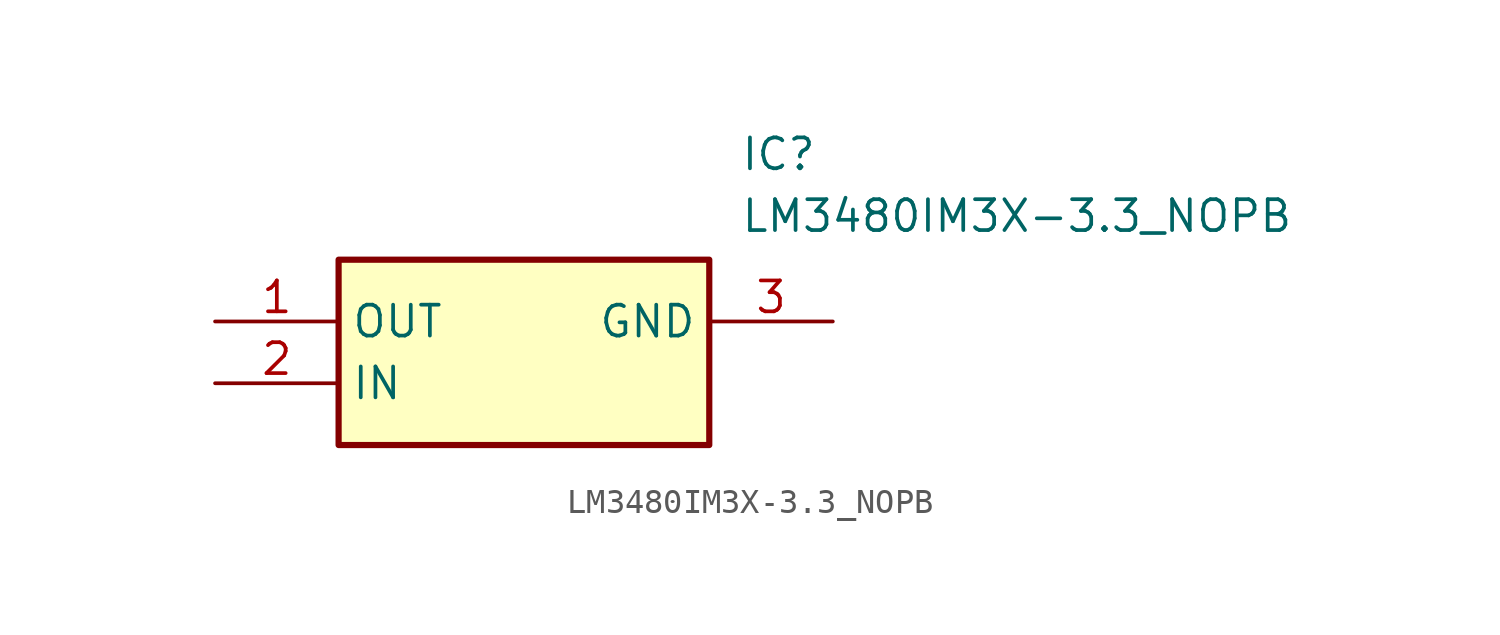
<source format=kicad_sym>
(kicad_symbol_lib
  (version 20211014)
  (generator SamacSys_ECAD_Model)
  (symbol "LM3480IM3X-3.3_NOPB"
    (property "Reference" "IC"
      (at 21.59 7.62 0)
      (effects (font (size 1.27 1.27)) (justify left top)))
    (property "Value" "LM3480IM3X-3.3_NOPB"
      (at 21.59 5.08 0)
      (effects (font (size 1.27 1.27)) (justify left top)))
    (rectangle
      (start 5.08 2.54)
      (end 20.32 -5.08)
      (stroke (width 0.254) (type default))
      (fill (type background)))
    (pin passive line
      (at 0 0 0)
      (length 5.08)
      (name "OUT" (effects (font (size 1.27 1.27))))
      (number "1" (effects (font (size 1.27 1.27)))))
    (pin passive line
      (at 0 -2.54 0)
      (length 5.08)
      (name "IN" (effects (font (size 1.27 1.27))))
      (number "2" (effects (font (size 1.27 1.27)))))
    (pin passive line
      (at 25.4 0 180)
      (length 5.08)
      (name "GND" (effects (font (size 1.27 1.27))))
      (number "3" (effects (font (size 1.27 1.27)))))))
</source>
